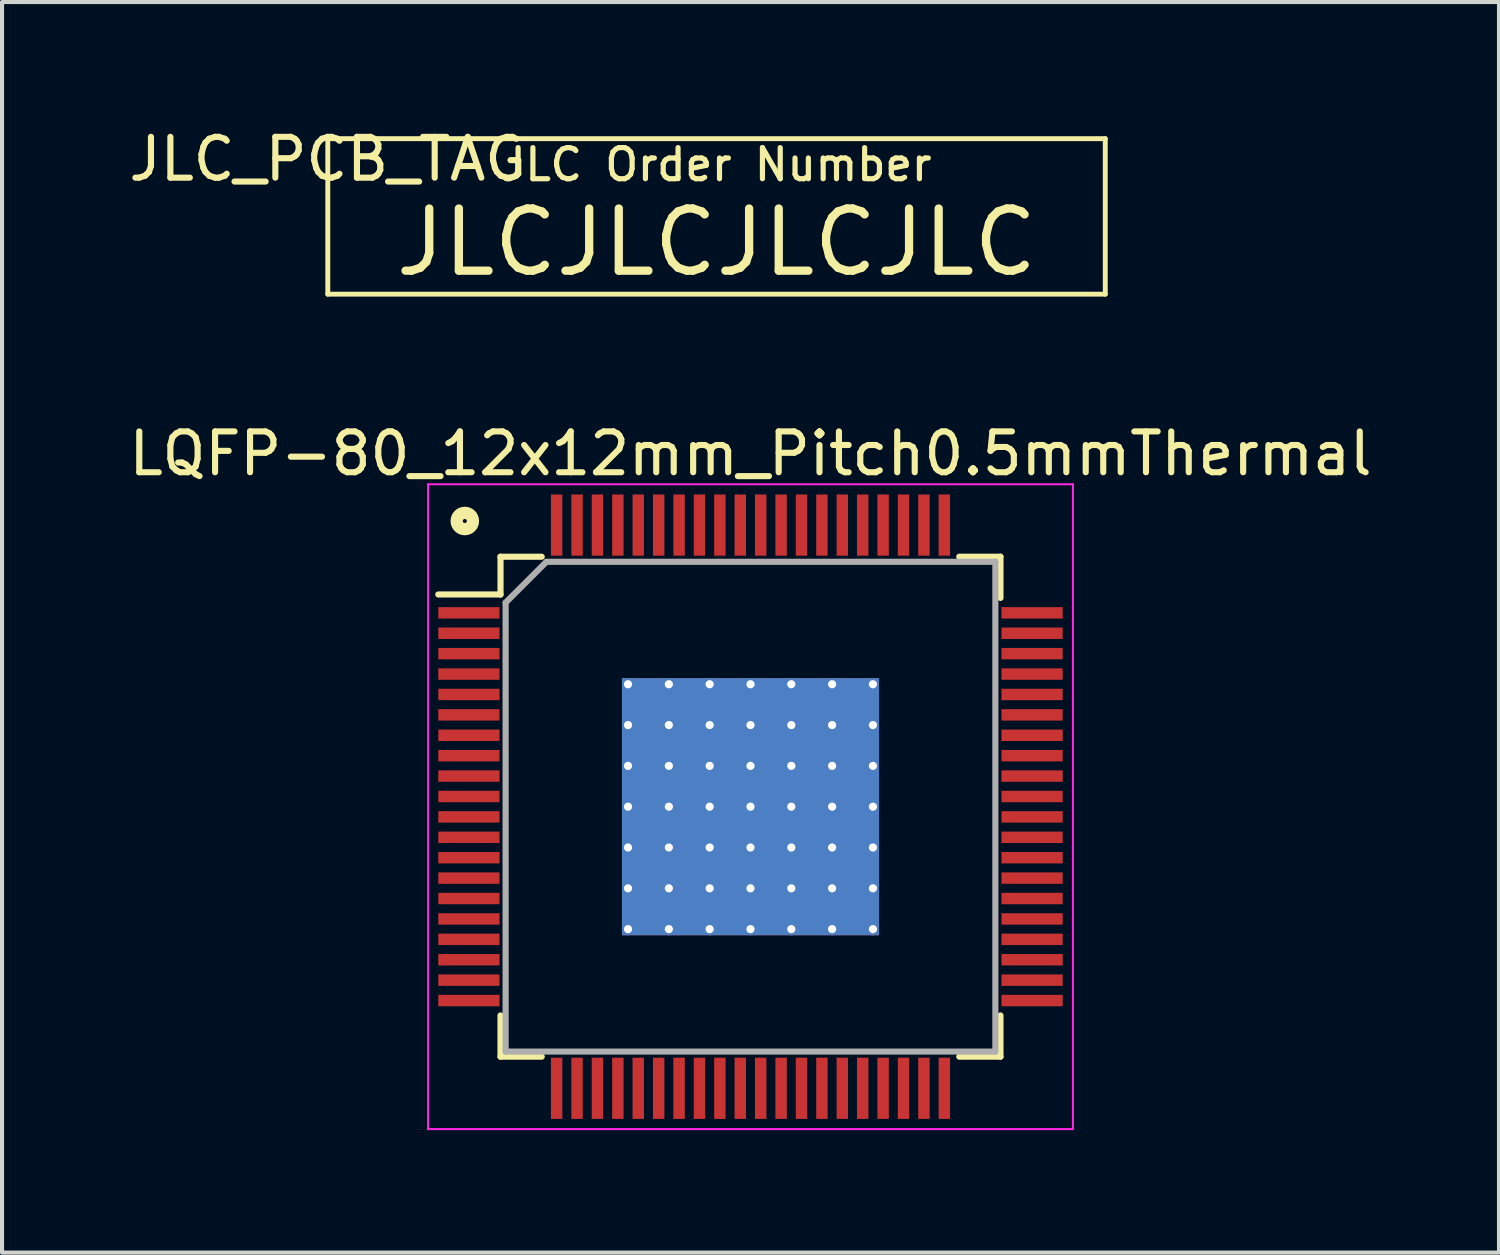
<source format=kicad_pcb>
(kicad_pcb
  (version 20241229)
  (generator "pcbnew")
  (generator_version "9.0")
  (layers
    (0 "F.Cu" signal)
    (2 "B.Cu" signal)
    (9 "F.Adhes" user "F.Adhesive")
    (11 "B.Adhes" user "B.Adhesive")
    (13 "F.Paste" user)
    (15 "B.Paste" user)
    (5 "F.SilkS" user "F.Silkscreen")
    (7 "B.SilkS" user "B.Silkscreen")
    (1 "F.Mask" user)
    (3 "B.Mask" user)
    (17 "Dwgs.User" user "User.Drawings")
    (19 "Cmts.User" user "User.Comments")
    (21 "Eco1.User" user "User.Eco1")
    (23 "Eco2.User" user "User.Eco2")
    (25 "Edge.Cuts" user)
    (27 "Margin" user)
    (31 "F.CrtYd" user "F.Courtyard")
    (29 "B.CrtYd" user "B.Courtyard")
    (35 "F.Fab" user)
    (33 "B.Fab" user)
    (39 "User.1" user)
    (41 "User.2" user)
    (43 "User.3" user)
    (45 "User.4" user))
  (footprint "JLC_PCB_TAG"
    (layer "F.Cu")
    (at 4.982 0.348)
    (property "Reference" "JLC_PCB_TAG" (at 0 0.5 0) (layer "F.SilkS") (effects (font (size 1 1) (thickness 0.15))))
    (attr through_hole)
    (fp_line (start 0 0) (end 19.05 0) (stroke (width 0.12) (type solid)) (layer "F.SilkS"))
    (fp_line (start 0 3.81) (end 0 0) (stroke (width 0.12) (type solid)) (layer "F.SilkS"))
    (fp_line (start 19.05 0) (end 19.05 3.81) (stroke (width 0.12) (type solid)) (layer "F.SilkS"))
    (fp_line (start 19.05 3.81) (end 0 3.81) (stroke (width 0.12) (type solid)) (layer "F.SilkS"))
    (fp_text user "JLC Order Number" (at 9.525 0.635 0) (layer "F.SilkS") (effects (font (size 0.762 0.762) (thickness 0.127))))
    (fp_text user "JLCJLCJLCJLC" (at 9.525 2.54 0) (layer "F.SilkS") (effects (font (size 1.524 1.524) (thickness 0.203)))))
  (footprint "LQFP-80_12x12mm_Pitch0.5mmThermal"
    (layer "F.Cu")
    (at 15.339 16.716)
    (property "Reference" "LQFP-80_12x12mm_Pitch0.5mmThermal" (at 0 -8.65 0) (layer "F.SilkS") (effects (font (size 1 1) (thickness 0.15))))
    (attr smd)
    (fp_line (start -6.125 -6.125) (end -6.125 -5.2) (stroke (width 0.15) (type solid)) (layer "F.SilkS"))
    (fp_line (start -6.125 -6.125) (end -5.115 -6.125) (stroke (width 0.15) (type solid)) (layer "F.SilkS"))
    (fp_line (start -6.125 -5.2) (end -7.65 -5.2) (stroke (width 0.15) (type solid)) (layer "F.SilkS"))
    (fp_line (start -6.125 6.125) (end -6.125 5.115) (stroke (width 0.15) (type solid)) (layer "F.SilkS"))
    (fp_line (start -6.125 6.125) (end -5.115 6.125) (stroke (width 0.15) (type solid)) (layer "F.SilkS"))
    (fp_line (start 6.125 -6.125) (end 5.115 -6.125) (stroke (width 0.15) (type solid)) (layer "F.SilkS"))
    (fp_line (start 6.125 -6.125) (end 6.125 -5.115) (stroke (width 0.15) (type solid)) (layer "F.SilkS"))
    (fp_line (start 6.125 6.125) (end 5.115 6.125) (stroke (width 0.15) (type solid)) (layer "F.SilkS"))
    (fp_line (start 6.125 6.125) (end 6.125 5.115) (stroke (width 0.15) (type solid)) (layer "F.SilkS"))
    (fp_circle (center -7 -7) (end -7.2 -7) (stroke (width 0.3) (type solid)) (fill no) (layer "F.SilkS"))
    (fp_line (start -7.9 -7.9) (end -7.9 7.9) (stroke (width 0.05) (type solid)) (layer "F.CrtYd"))
    (fp_line (start -7.9 -7.9) (end 7.9 -7.9) (stroke (width 0.05) (type solid)) (layer "F.CrtYd"))
    (fp_line (start -7.9 7.9) (end 7.9 7.9) (stroke (width 0.05) (type solid)) (layer "F.CrtYd"))
    (fp_line (start 7.9 -7.9) (end 7.9 7.9) (stroke (width 0.05) (type solid)) (layer "F.CrtYd"))
    (fp_line (start -6 -5) (end -5 -6) (stroke (width 0.15) (type solid)) (layer "F.Fab"))
    (fp_line (start -6 6) (end -6 -5) (stroke (width 0.15) (type solid)) (layer "F.Fab"))
    (fp_line (start -5 -6) (end 6 -6) (stroke (width 0.15) (type solid)) (layer "F.Fab"))
    (fp_line (start 6 -6) (end 6 6) (stroke (width 0.15) (type solid)) (layer "F.Fab"))
    (fp_line (start 6 6) (end -6 6) (stroke (width 0.15) (type solid)) (layer "F.Fab"))
    (pad "1" smd rect (at -6.9 -4.75) (size 1.5 0.28) (layers "F.Cu" "F.Mask" "F.Paste"))
    (pad "2" smd rect (at -6.9 -4.25) (size 1.5 0.28) (layers "F.Cu" "F.Mask" "F.Paste"))
    (pad "3" smd rect (at -6.9 -3.75) (size 1.5 0.28) (layers "F.Cu" "F.Mask" "F.Paste"))
    (pad "4" smd rect (at -6.9 -3.25) (size 1.5 0.28) (layers "F.Cu" "F.Mask" "F.Paste"))
    (pad "5" smd rect (at -6.9 -2.75) (size 1.5 0.28) (layers "F.Cu" "F.Mask" "F.Paste"))
    (pad "6" smd rect (at -6.9 -2.25) (size 1.5 0.28) (layers "F.Cu" "F.Mask" "F.Paste"))
    (pad "7" smd rect (at -6.9 -1.75) (size 1.5 0.28) (layers "F.Cu" "F.Mask" "F.Paste"))
    (pad "8" smd rect (at -6.9 -1.25) (size 1.5 0.28) (layers "F.Cu" "F.Mask" "F.Paste"))
    (pad "9" smd rect (at -6.9 -0.75) (size 1.5 0.28) (layers "F.Cu" "F.Mask" "F.Paste"))
    (pad "10" smd rect (at -6.9 -0.25) (size 1.5 0.28) (layers "F.Cu" "F.Mask" "F.Paste"))
    (pad "11" smd rect (at -6.9 0.25) (size 1.5 0.28) (layers "F.Cu" "F.Mask" "F.Paste"))
    (pad "12" smd rect (at -6.9 0.75) (size 1.5 0.28) (layers "F.Cu" "F.Mask" "F.Paste"))
    (pad "13" smd rect (at -6.9 1.25) (size 1.5 0.28) (layers "F.Cu" "F.Mask" "F.Paste"))
    (pad "14" smd rect (at -6.9 1.75) (size 1.5 0.28) (layers "F.Cu" "F.Mask" "F.Paste"))
    (pad "15" smd rect (at -6.9 2.25) (size 1.5 0.28) (layers "F.Cu" "F.Mask" "F.Paste"))
    (pad "16" smd rect (at -6.9 2.75) (size 1.5 0.28) (layers "F.Cu" "F.Mask" "F.Paste"))
    (pad "17" smd rect (at -6.9 3.25) (size 1.5 0.28) (layers "F.Cu" "F.Mask" "F.Paste"))
    (pad "18" smd rect (at -6.9 3.75) (size 1.5 0.28) (layers "F.Cu" "F.Mask" "F.Paste"))
    (pad "19" smd rect (at -6.9 4.25) (size 1.5 0.28) (layers "F.Cu" "F.Mask" "F.Paste"))
    (pad "20" smd rect (at -6.9 4.75) (size 1.5 0.28) (layers "F.Cu" "F.Mask" "F.Paste"))
    (pad "21" smd rect (at -4.75 6.9 90) (size 1.5 0.28) (layers "F.Cu" "F.Mask" "F.Paste"))
    (pad "22" smd rect (at -4.25 6.9 90) (size 1.5 0.28) (layers "F.Cu" "F.Mask" "F.Paste"))
    (pad "23" smd rect (at -3.75 6.9 90) (size 1.5 0.28) (layers "F.Cu" "F.Mask" "F.Paste"))
    (pad "24" smd rect (at -3.25 6.9 90) (size 1.5 0.28) (layers "F.Cu" "F.Mask" "F.Paste"))
    (pad "25" smd rect (at -2.75 6.9 90) (size 1.5 0.28) (layers "F.Cu" "F.Mask" "F.Paste"))
    (pad "26" smd rect (at -2.25 6.9 90) (size 1.5 0.28) (layers "F.Cu" "F.Mask" "F.Paste"))
    (pad "27" smd rect (at -1.75 6.9 90) (size 1.5 0.28) (layers "F.Cu" "F.Mask" "F.Paste"))
    (pad "28" smd rect (at -1.25 6.9 90) (size 1.5 0.28) (layers "F.Cu" "F.Mask" "F.Paste"))
    (pad "29" smd rect (at -0.75 6.9 90) (size 1.5 0.28) (layers "F.Cu" "F.Mask" "F.Paste"))
    (pad "30" smd rect (at -0.25 6.9 90) (size 1.5 0.28) (layers "F.Cu" "F.Mask" "F.Paste"))
    (pad "31" smd rect (at 0.25 6.9 90) (size 1.5 0.28) (layers "F.Cu" "F.Mask" "F.Paste"))
    (pad "32" smd rect (at 0.75 6.9 90) (size 1.5 0.28) (layers "F.Cu" "F.Mask" "F.Paste"))
    (pad "33" smd rect (at 1.25 6.9 90) (size 1.5 0.28) (layers "F.Cu" "F.Mask" "F.Paste"))
    (pad "34" smd rect (at 1.75 6.9 90) (size 1.5 0.28) (layers "F.Cu" "F.Mask" "F.Paste"))
    (pad "35" smd rect (at 2.25 6.9 90) (size 1.5 0.28) (layers "F.Cu" "F.Mask" "F.Paste"))
    (pad "36" smd rect (at 2.75 6.9 90) (size 1.5 0.28) (layers "F.Cu" "F.Mask" "F.Paste"))
    (pad "37" smd rect (at 3.25 6.9 90) (size 1.5 0.28) (layers "F.Cu" "F.Mask" "F.Paste"))
    (pad "38" smd rect (at 3.75 6.9 90) (size 1.5 0.28) (layers "F.Cu" "F.Mask" "F.Paste"))
    (pad "39" smd rect (at 4.25 6.9 90) (size 1.5 0.28) (layers "F.Cu" "F.Mask" "F.Paste"))
    (pad "40" smd rect (at 4.75 6.9 90) (size 1.5 0.28) (layers "F.Cu" "F.Mask" "F.Paste"))
    (pad "41" smd rect (at 6.9 4.75) (size 1.5 0.28) (layers "F.Cu" "F.Mask" "F.Paste"))
    (pad "42" smd rect (at 6.9 4.25) (size 1.5 0.28) (layers "F.Cu" "F.Mask" "F.Paste"))
    (pad "43" smd rect (at 6.9 3.75) (size 1.5 0.28) (layers "F.Cu" "F.Mask" "F.Paste"))
    (pad "44" smd rect (at 6.9 3.25) (size 1.5 0.28) (layers "F.Cu" "F.Mask" "F.Paste"))
    (pad "45" smd rect (at 6.9 2.75) (size 1.5 0.28) (layers "F.Cu" "F.Mask" "F.Paste"))
    (pad "46" smd rect (at 6.9 2.25) (size 1.5 0.28) (layers "F.Cu" "F.Mask" "F.Paste"))
    (pad "47" smd rect (at 6.9 1.75) (size 1.5 0.28) (layers "F.Cu" "F.Mask" "F.Paste"))
    (pad "48" smd rect (at 6.9 1.25) (size 1.5 0.28) (layers "F.Cu" "F.Mask" "F.Paste"))
    (pad "49" smd rect (at 6.9 0.75) (size 1.5 0.28) (layers "F.Cu" "F.Mask" "F.Paste"))
    (pad "50" smd rect (at 6.9 0.25) (size 1.5 0.28) (layers "F.Cu" "F.Mask" "F.Paste"))
    (pad "51" smd rect (at 6.9 -0.25) (size 1.5 0.28) (layers "F.Cu" "F.Mask" "F.Paste"))
    (pad "52" smd rect (at 6.9 -0.75) (size 1.5 0.28) (layers "F.Cu" "F.Mask" "F.Paste"))
    (pad "53" smd rect (at 6.9 -1.25) (size 1.5 0.28) (layers "F.Cu" "F.Mask" "F.Paste"))
    (pad "54" smd rect (at 6.9 -1.75) (size 1.5 0.28) (layers "F.Cu" "F.Mask" "F.Paste"))
    (pad "55" smd rect (at 6.9 -2.25) (size 1.5 0.28) (layers "F.Cu" "F.Mask" "F.Paste"))
    (pad "56" smd rect (at 6.9 -2.75) (size 1.5 0.28) (layers "F.Cu" "F.Mask" "F.Paste"))
    (pad "57" smd rect (at 6.9 -3.25) (size 1.5 0.28) (layers "F.Cu" "F.Mask" "F.Paste"))
    (pad "58" smd rect (at 6.9 -3.75) (size 1.5 0.28) (layers "F.Cu" "F.Mask" "F.Paste"))
    (pad "59" smd rect (at 6.9 -4.25) (size 1.5 0.28) (layers "F.Cu" "F.Mask" "F.Paste"))
    (pad "60" smd rect (at 6.9 -4.75) (size 1.5 0.28) (layers "F.Cu" "F.Mask" "F.Paste"))
    (pad "61" smd rect (at 4.75 -6.9 90) (size 1.5 0.28) (layers "F.Cu" "F.Mask" "F.Paste"))
    (pad "62" smd rect (at 4.25 -6.9 90) (size 1.5 0.28) (layers "F.Cu" "F.Mask" "F.Paste"))
    (pad "63" smd rect (at 3.75 -6.9 90) (size 1.5 0.28) (layers "F.Cu" "F.Mask" "F.Paste"))
    (pad "64" smd rect (at 3.25 -6.9 90) (size 1.5 0.28) (layers "F.Cu" "F.Mask" "F.Paste"))
    (pad "65" smd rect (at 2.75 -6.9 90) (size 1.5 0.28) (layers "F.Cu" "F.Mask" "F.Paste"))
    (pad "66" smd rect (at 2.25 -6.9 90) (size 1.5 0.28) (layers "F.Cu" "F.Mask" "F.Paste"))
    (pad "67" smd rect (at 1.75 -6.9 90) (size 1.5 0.28) (layers "F.Cu" "F.Mask" "F.Paste"))
    (pad "68" smd rect (at 1.25 -6.9 90) (size 1.5 0.28) (layers "F.Cu" "F.Mask" "F.Paste"))
    (pad "69" smd rect (at 0.75 -6.9 90) (size 1.5 0.28) (layers "F.Cu" "F.Mask" "F.Paste"))
    (pad "70" smd rect (at 0.25 -6.9 90) (size 1.5 0.28) (layers "F.Cu" "F.Mask" "F.Paste"))
    (pad "71" smd rect (at -0.25 -6.9 90) (size 1.5 0.28) (layers "F.Cu" "F.Mask" "F.Paste"))
    (pad "72" smd rect (at -0.75 -6.9 90) (size 1.5 0.28) (layers "F.Cu" "F.Mask" "F.Paste"))
    (pad "73" smd rect (at -1.25 -6.9 90) (size 1.5 0.28) (layers "F.Cu" "F.Mask" "F.Paste"))
    (pad "74" smd rect (at -1.75 -6.9 90) (size 1.5 0.28) (layers "F.Cu" "F.Mask" "F.Paste"))
    (pad "75" smd rect (at -2.25 -6.9 90) (size 1.5 0.28) (layers "F.Cu" "F.Mask" "F.Paste"))
    (pad "76" smd rect (at -2.75 -6.9 90) (size 1.5 0.28) (layers "F.Cu" "F.Mask" "F.Paste"))
    (pad "77" smd rect (at -3.25 -6.9 90) (size 1.5 0.28) (layers "F.Cu" "F.Mask" "F.Paste"))
    (pad "78" smd rect (at -3.75 -6.9 90) (size 1.5 0.28) (layers "F.Cu" "F.Mask" "F.Paste"))
    (pad "79" smd rect (at -4.25 -6.9 90) (size 1.5 0.28) (layers "F.Cu" "F.Mask" "F.Paste"))
    (pad "80" smd rect (at -4.75 -6.9 90) (size 1.5 0.28) (layers "F.Cu" "F.Mask" "F.Paste"))
    (pad "81" thru_hole circle (at -3 -3) (size 0.3 0.3) (drill 0.2) (layers "*.Cu" "*.Mask"))
    (pad "81" thru_hole circle (at -3 -2) (size 0.3 0.3) (drill 0.2) (layers "*.Cu" "*.Mask"))
    (pad "81" thru_hole circle (at -3 -1) (size 0.3 0.3) (drill 0.2) (layers "*.Cu" "*.Mask"))
    (pad "81" thru_hole circle (at -3 0) (size 0.3 0.3) (drill 0.2) (layers "*.Cu" "*.Mask"))
    (pad "81" thru_hole circle (at -3 1) (size 0.3 0.3) (drill 0.2) (layers "*.Cu" "*.Mask"))
    (pad "81" thru_hole circle (at -3 2) (size 0.3 0.3) (drill 0.2) (layers "*.Cu" "*.Mask"))
    (pad "81" thru_hole circle (at -3 3) (size 0.3 0.3) (drill 0.2) (layers "*.Cu" "*.Mask"))
    (pad "81" thru_hole circle (at -2 -3) (size 0.3 0.3) (drill 0.2) (layers "*.Cu" "*.Mask"))
    (pad "81" thru_hole circle (at -2 -2) (size 0.3 0.3) (drill 0.2) (layers "*.Cu" "*.Mask"))
    (pad "81" thru_hole circle (at -2 -1) (size 0.3 0.3) (drill 0.2) (layers "*.Cu" "*.Mask"))
    (pad "81" thru_hole circle (at -2 0) (size 0.3 0.3) (drill 0.2) (layers "*.Cu" "*.Mask"))
    (pad "81" thru_hole circle (at -2 1) (size 0.3 0.3) (drill 0.2) (layers "*.Cu" "*.Mask"))
    (pad "81" thru_hole circle (at -2 2) (size 0.3 0.3) (drill 0.2) (layers "*.Cu" "*.Mask"))
    (pad "81" thru_hole circle (at -2 3) (size 0.3 0.3) (drill 0.2) (layers "*.Cu" "*.Mask"))
    (pad "81" thru_hole circle (at -1 -3) (size 0.3 0.3) (drill 0.2) (layers "*.Cu" "*.Mask"))
    (pad "81" thru_hole circle (at -1 -2) (size 0.3 0.3) (drill 0.2) (layers "*.Cu" "*.Mask"))
    (pad "81" thru_hole circle (at -1 -1) (size 0.3 0.3) (drill 0.2) (layers "*.Cu" "*.Mask"))
    (pad "81" thru_hole circle (at -1 0) (size 0.3 0.3) (drill 0.2) (layers "*.Cu" "*.Mask"))
    (pad "81" thru_hole circle (at -1 1) (size 0.3 0.3) (drill 0.2) (layers "*.Cu" "*.Mask"))
    (pad "81" thru_hole circle (at -1 2) (size 0.3 0.3) (drill 0.2) (layers "*.Cu" "*.Mask"))
    (pad "81" thru_hole circle (at -1 3) (size 0.3 0.3) (drill 0.2) (layers "*.Cu" "*.Mask"))
    (pad "81" thru_hole circle (at 0 -3) (size 0.3 0.3) (drill 0.2) (layers "*.Cu" "*.Mask"))
    (pad "81" thru_hole circle (at 0 -2) (size 0.3 0.3) (drill 0.2) (layers "*.Cu" "*.Mask"))
    (pad "81" thru_hole circle (at 0 -1) (size 0.3 0.3) (drill 0.2) (layers "*.Cu" "*.Mask"))
    (pad "81" thru_hole circle (at 0 0) (size 0.3 0.3) (drill 0.2) (layers "*.Cu" "*.Mask"))
    (pad "81" smd rect (at 0 0) (size 6.3 6.3) (layers "F.Cu" "F.Mask" "F.Paste"))
    (pad "81" smd rect (at 0 0) (size 6.3 6.3) (layers "F.Mask" "B.Cu" "F.Paste"))
    (pad "81" thru_hole circle (at 0 1) (size 0.3 0.3) (drill 0.2) (layers "*.Cu" "*.Mask"))
    (pad "81" thru_hole circle (at 0 2) (size 0.3 0.3) (drill 0.2) (layers "*.Cu" "*.Mask"))
    (pad "81" thru_hole circle (at 0 3) (size 0.3 0.3) (drill 0.2) (layers "*.Cu" "*.Mask"))
    (pad "81" thru_hole circle (at 1 -3) (size 0.3 0.3) (drill 0.2) (layers "*.Cu" "*.Mask"))
    (pad "81" thru_hole circle (at 1 -2) (size 0.3 0.3) (drill 0.2) (layers "*.Cu" "*.Mask"))
    (pad "81" thru_hole circle (at 1 -1) (size 0.3 0.3) (drill 0.2) (layers "*.Cu" "*.Mask"))
    (pad "81" thru_hole circle (at 1 0) (size 0.3 0.3) (drill 0.2) (layers "*.Cu" "*.Mask"))
    (pad "81" thru_hole circle (at 1 1) (size 0.3 0.3) (drill 0.2) (layers "*.Cu" "*.Mask"))
    (pad "81" thru_hole circle (at 1 2) (size 0.3 0.3) (drill 0.2) (layers "*.Cu" "*.Mask"))
    (pad "81" thru_hole circle (at 1 3) (size 0.3 0.3) (drill 0.2) (layers "*.Cu" "*.Mask"))
    (pad "81" thru_hole circle (at 2 -3) (size 0.3 0.3) (drill 0.2) (layers "*.Cu" "*.Mask"))
    (pad "81" thru_hole circle (at 2 -2) (size 0.3 0.3) (drill 0.2) (layers "*.Cu" "*.Mask"))
    (pad "81" thru_hole circle (at 2 -1) (size 0.3 0.3) (drill 0.2) (layers "*.Cu" "*.Mask"))
    (pad "81" thru_hole circle (at 2 0) (size 0.3 0.3) (drill 0.2) (layers "*.Cu" "*.Mask"))
    (pad "81" thru_hole circle (at 2 1) (size 0.3 0.3) (drill 0.2) (layers "*.Cu" "*.Mask"))
    (pad "81" thru_hole circle (at 2 2) (size 0.3 0.3) (drill 0.2) (layers "*.Cu" "*.Mask"))
    (pad "81" thru_hole circle (at 2 3) (size 0.3 0.3) (drill 0.2) (layers "*.Cu" "*.Mask"))
    (pad "81" thru_hole circle (at 3 -3) (size 0.3 0.3) (drill 0.2) (layers "*.Cu" "*.Mask"))
    (pad "81" thru_hole circle (at 3 -2) (size 0.3 0.3) (drill 0.2) (layers "*.Cu" "*.Mask"))
    (pad "81" thru_hole circle (at 3 -1) (size 0.3 0.3) (drill 0.2) (layers "*.Cu" "*.Mask"))
    (pad "81" thru_hole circle (at 3 0) (size 0.3 0.3) (drill 0.2) (layers "*.Cu" "*.Mask"))
    (pad "81" thru_hole circle (at 3 1) (size 0.3 0.3) (drill 0.2) (layers "*.Cu" "*.Mask"))
    (pad "81" thru_hole circle (at 3 2) (size 0.3 0.3) (drill 0.2) (layers "*.Cu" "*.Mask"))
    (pad "81" thru_hole circle (at 3 3) (size 0.3 0.3) (drill 0.2) (layers "*.Cu" "*.Mask")))
  (gr_rect
    (start -3 -3)
    (end 33.679 27.642)
    (stroke (width 0.1) (type default))
    (fill no)
    (layer "Edge.Cuts")))
</source>
